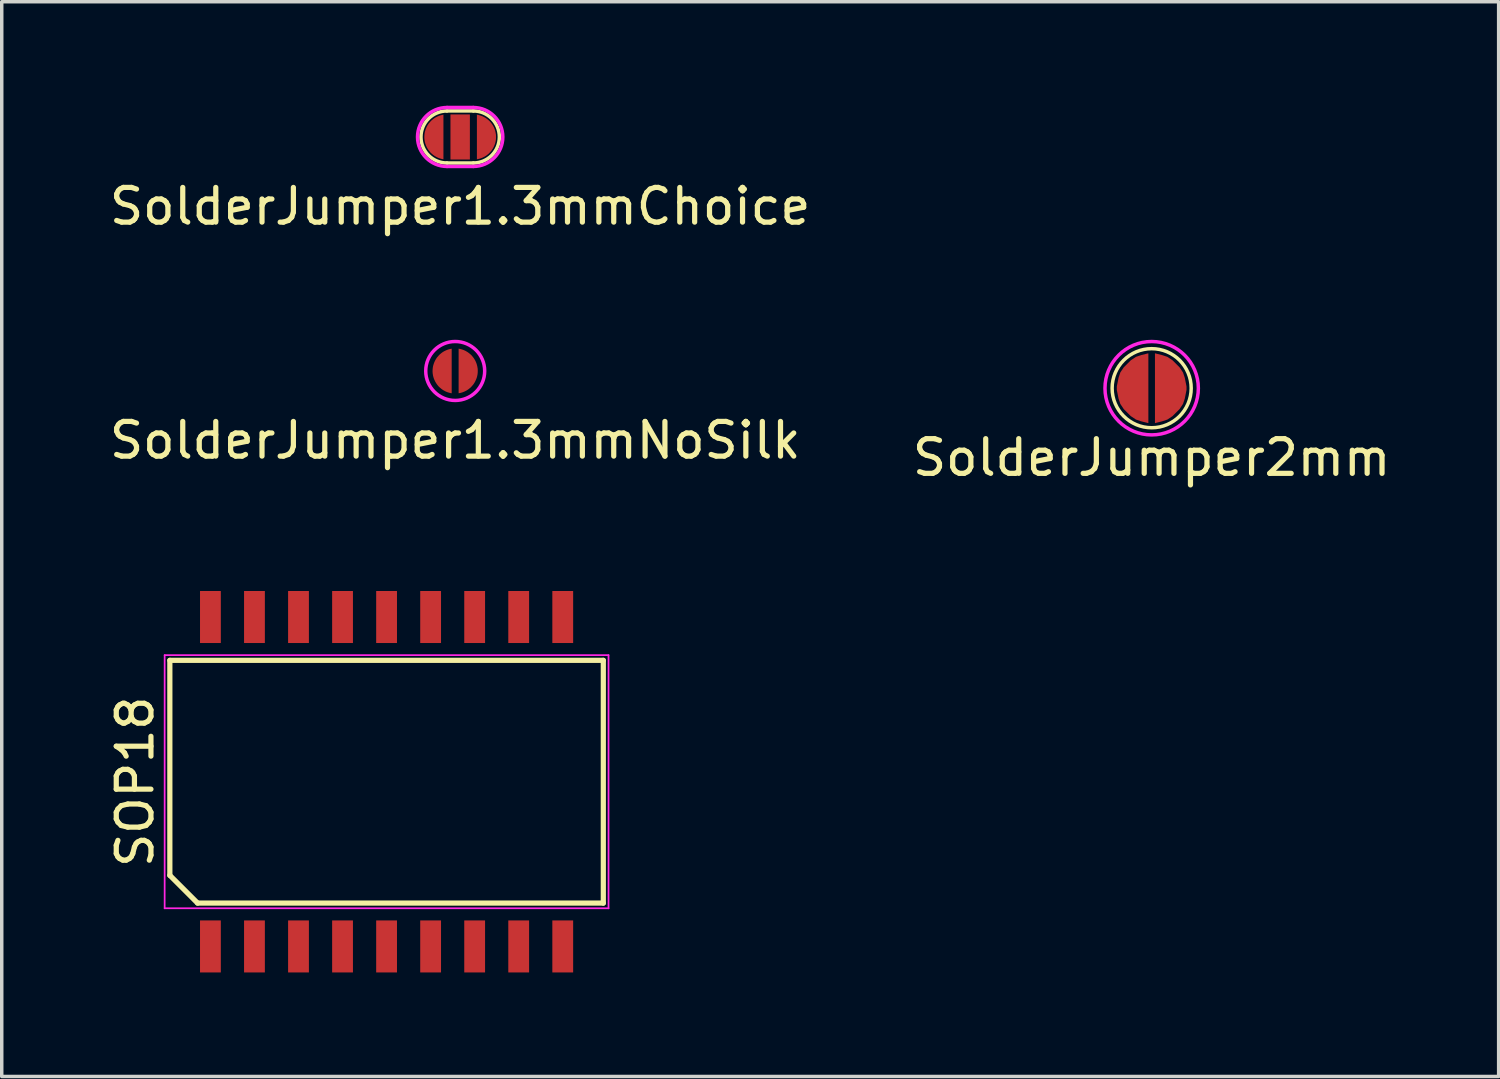
<source format=kicad_pcb>
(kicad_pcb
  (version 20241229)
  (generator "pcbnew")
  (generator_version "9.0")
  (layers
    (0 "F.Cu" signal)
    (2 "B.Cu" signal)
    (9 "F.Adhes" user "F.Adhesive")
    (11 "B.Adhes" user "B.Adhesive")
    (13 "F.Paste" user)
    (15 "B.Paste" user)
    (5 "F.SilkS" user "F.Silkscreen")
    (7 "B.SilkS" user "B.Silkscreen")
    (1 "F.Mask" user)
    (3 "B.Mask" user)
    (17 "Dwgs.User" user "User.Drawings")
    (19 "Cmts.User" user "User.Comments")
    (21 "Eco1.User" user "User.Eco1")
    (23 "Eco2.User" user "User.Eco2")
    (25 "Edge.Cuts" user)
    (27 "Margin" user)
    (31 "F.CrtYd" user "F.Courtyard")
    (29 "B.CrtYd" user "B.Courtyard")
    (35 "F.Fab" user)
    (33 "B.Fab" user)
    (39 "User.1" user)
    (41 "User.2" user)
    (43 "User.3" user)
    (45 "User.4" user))
  (footprint "SOP18"
    (layer "F.Cu")
    (at 8.098 19.493)
    (property "Reference" "SOP18" (at -7.25 0 90) (layer "F.SilkS") (effects (font (size 1 1) (thickness 0.15))))
    (attr smd)
    (fp_line (start -6.25 -3.5) (end 6.25 -3.5) (stroke (width 0.15) (type solid)) (layer "F.SilkS"))
    (fp_line (start -6.25 2.7) (end -6.25 -3.5) (stroke (width 0.15) (type solid)) (layer "F.SilkS"))
    (fp_line (start -5.45 3.5) (end -6.25 2.7) (stroke (width 0.15) (type solid)) (layer "F.SilkS"))
    (fp_line (start 6.25 -3.5) (end 6.25 3.5) (stroke (width 0.15) (type solid)) (layer "F.SilkS"))
    (fp_line (start 6.25 3.5) (end -5.45 3.5) (stroke (width 0.15) (type solid)) (layer "F.SilkS"))
    (fp_line (start -6.4 -3.65) (end 6.4 -3.65) (stroke (width 0.05) (type solid)) (layer "F.CrtYd"))
    (fp_line (start -6.4 3.65) (end -6.4 -3.65) (stroke (width 0.05) (type solid)) (layer "F.CrtYd"))
    (fp_line (start 6.4 -3.65) (end 6.4 3.65) (stroke (width 0.05) (type solid)) (layer "F.CrtYd"))
    (fp_line (start 6.4 3.65) (end -6.4 3.65) (stroke (width 0.05) (type solid)) (layer "F.CrtYd"))
    (pad "1" smd rect (at -5.08 4.75) (size 0.6 1.5) (layers "F.Cu" "F.Mask" "F.Paste"))
    (pad "2" smd rect (at -3.81 4.75) (size 0.6 1.5) (layers "F.Cu" "F.Mask" "F.Paste"))
    (pad "3" smd rect (at -2.54 4.75) (size 0.6 1.5) (layers "F.Cu" "F.Mask" "F.Paste"))
    (pad "4" smd rect (at -1.27 4.75) (size 0.6 1.5) (layers "F.Cu" "F.Mask" "F.Paste"))
    (pad "5" smd rect (at 0 4.75) (size 0.6 1.5) (layers "F.Cu" "F.Mask" "F.Paste"))
    (pad "6" smd rect (at 1.27 4.75) (size 0.6 1.5) (layers "F.Cu" "F.Mask" "F.Paste"))
    (pad "7" smd rect (at 2.54 4.75) (size 0.6 1.5) (layers "F.Cu" "F.Mask" "F.Paste"))
    (pad "8" smd rect (at 3.81 4.75) (size 0.6 1.5) (layers "F.Cu" "F.Mask" "F.Paste"))
    (pad "9" smd rect (at 5.08 4.75) (size 0.6 1.5) (layers "F.Cu" "F.Mask" "F.Paste"))
    (pad "10" smd rect (at 5.08 -4.75) (size 0.6 1.5) (layers "F.Cu" "F.Mask" "F.Paste"))
    (pad "11" smd rect (at 3.81 -4.75) (size 0.6 1.5) (layers "F.Cu" "F.Mask" "F.Paste"))
    (pad "12" smd rect (at 2.54 -4.75) (size 0.6 1.5) (layers "F.Cu" "F.Mask" "F.Paste"))
    (pad "13" smd rect (at 1.27 -4.75) (size 0.6 1.5) (layers "F.Cu" "F.Mask" "F.Paste"))
    (pad "14" smd rect (at 0 -4.75) (size 0.6 1.5) (layers "F.Cu" "F.Mask" "F.Paste"))
    (pad "15" smd rect (at -1.27 -4.75) (size 0.6 1.5) (layers "F.Cu" "F.Mask" "F.Paste"))
    (pad "16" smd rect (at -2.54 -4.75) (size 0.6 1.5) (layers "F.Cu" "F.Mask" "F.Paste"))
    (pad "17" smd rect (at -3.81 -4.75) (size 0.6 1.5) (layers "F.Cu" "F.Mask" "F.Paste"))
    (pad "18" smd rect (at -5.08 -4.75) (size 0.6 1.5) (layers "F.Cu" "F.Mask" "F.Paste")))
  (footprint "SolderJumper1.3mmNoSilk"
    (layer "F.Cu")
    (at 10.077 7.648)
    (property "Reference" "SolderJumper1.3mmNoSilk" (at 0 2 0) (layer "F.SilkS") (effects (font (size 1 1) (thickness 0.15))))
    (attr through_hole)
    (fp_poly (pts (xy -0.1 -0.65) (xy 0.1 -0.65) (xy 0.1 0.65) (xy -0.1 0.65)) (stroke (width 0.01) (type solid)) (fill yes) (layer "F.Mask"))
    (fp_circle (center 0 0) (end 0 -0.85) (stroke (width 0.1) (type solid)) (fill no) (layer "F.CrtYd"))
    (pad "1" smd custom (at -0.5 0) (size 0.2 0.2) (layers "F.Cu" "F.Mask" "F.Paste") (options (anchor circle)) (primitives (gr_poly (pts (xy 0.398 0.643) (xy 0.383 0.64) (xy 0.37 0.638) (xy 0.358 0.635) (xy 0.348 0.632) (xy 0.337 0.63) (xy 0.327 0.627) (xy 0.32 0.625) (xy 0.309 0.622) (xy 0.302 0.62) (xy 0.294 0.617) (xy 0.287 0.615) (xy 0.279 0.612) (xy 0.271 0.61) (xy 0.266 0.607) (xy 0.259 0.605) (xy 0.228 0.592) (xy 0.198 0.577) (xy 0.17 0.561) (xy 0.144 0.546) (xy 0.127 0.533) (xy 0.109 0.521) (xy 0.089 0.505) (xy 0.048 0.47) (xy 0.022 0.445) (xy 0.007 0.427) (xy -0.016 0.399) (xy -0.038 0.368) (xy -0.056 0.34) (xy -0.079 0.3) (xy -0.099 0.257) (xy -0.112 0.226) (xy -0.125 0.188) (xy -0.138 0.14) (xy -0.15 0.064) (xy -0.153 0.005) (xy -0.15 -0.056) (xy -0.145 -0.099) (xy -0.138 -0.14) (xy -0.127 -0.18) (xy -0.115 -0.218) (xy -0.102 -0.251) (xy -0.082 -0.295) (xy -0.064 -0.328) (xy -0.049 -0.353) (xy -0.021 -0.394) (xy -0.005 -0.411) (xy 0.03 -0.452) (xy 0.056 -0.478) (xy 0.089 -0.505) (xy 0.122 -0.531) (xy 0.149 -0.549) (xy 0.177 -0.566) (xy 0.213 -0.584) (xy 0.241 -0.597) (xy 0.279 -0.612) (xy 0.302 -0.62) (xy 0.348 -0.632) (xy 0.386 -0.64) (xy 0.398 -0.643)) (width 0.001) (fill yes))))
    (pad "2" smd custom (at 0.5 0) (size 0.2 0.2) (layers "F.Cu" "F.Mask" "F.Paste") (options (anchor circle)) (primitives (gr_poly (pts (xy -0.401 -0.643) (xy -0.386 -0.64) (xy -0.373 -0.638) (xy -0.36 -0.635) (xy -0.35 -0.632) (xy -0.34 -0.63) (xy -0.33 -0.627) (xy -0.322 -0.625) (xy -0.312 -0.622) (xy -0.304 -0.62) (xy -0.297 -0.617) (xy -0.289 -0.615) (xy -0.282 -0.612) (xy -0.274 -0.61) (xy -0.269 -0.607) (xy -0.261 -0.605) (xy -0.231 -0.592) (xy -0.2 -0.577) (xy -0.172 -0.561) (xy -0.147 -0.546) (xy -0.129 -0.533) (xy -0.111 -0.521) (xy -0.091 -0.505) (xy -0.05 -0.47) (xy -0.025 -0.445) (xy -0.01 -0.427) (xy 0.013 -0.399) (xy 0.036 -0.368) (xy 0.054 -0.34) (xy 0.077 -0.3) (xy 0.097 -0.257) (xy 0.11 -0.226) (xy 0.122 -0.188) (xy 0.135 -0.14) (xy 0.148 -0.064) (xy 0.15 -0.005) (xy 0.148 0.056) (xy 0.143 0.099) (xy 0.135 0.14) (xy 0.125 0.18) (xy 0.112 0.218) (xy 0.099 0.251) (xy 0.079 0.295) (xy 0.061 0.328) (xy 0.046 0.353) (xy 0.018 0.394) (xy 0.003 0.411) (xy -0.033 0.452) (xy -0.058 0.478) (xy -0.091 0.505) (xy -0.124 0.531) (xy -0.152 0.549) (xy -0.18 0.566) (xy -0.216 0.584) (xy -0.243 0.597) (xy -0.282 0.612) (xy -0.304 0.62) (xy -0.35 0.632) (xy -0.388 0.64) (xy -0.396 0.64) (xy -0.401 0.643)) (width 0.001) (fill yes)))))
  (footprint "SolderJumper1.3mmChoice"
    (layer "F.Cu")
    (at 10.22 0.9)
    (property "Reference" "SolderJumper1.3mmChoice" (at 0 2 0) (layer "F.SilkS") (effects (font (size 1 1) (thickness 0.15))))
    (attr through_hole)
    (fp_poly (pts (xy -0.481 -0.65) (xy -0.281 -0.65) (xy -0.281 0.65) (xy -0.481 0.65)) (stroke (width 0.01) (type solid)) (fill yes) (layer "F.Mask"))
    (fp_poly (pts (xy 0.28 -0.65) (xy 0.48 -0.65) (xy 0.48 0.65) (xy 0.28 0.65)) (stroke (width 0.01) (type solid)) (fill yes) (layer "F.Mask"))
    (fp_line (start -0.38 -0.75) (end 0.38 -0.75) (stroke (width 0.1) (type solid)) (layer "F.SilkS"))
    (fp_line (start -0.38 0.75) (end 0.38 0.75) (stroke (width 0.1) (type solid)) (layer "F.SilkS"))
    (fp_arc (start -0.38 0.75) (mid -1.13 0) (end -0.38 -0.75) (stroke (width 0.1) (type solid)) (layer "F.SilkS"))
    (fp_arc (start 0.38 -0.75) (mid 1.13 0) (end 0.38 0.75) (stroke (width 0.1) (type solid)) (layer "F.SilkS"))
    (fp_line (start -0.38 0.85) (end 0.38 0.85) (stroke (width 0.1) (type solid)) (layer "F.CrtYd"))
    (fp_line (start 0.38 -0.85) (end -0.38 -0.85) (stroke (width 0.1) (type solid)) (layer "F.CrtYd"))
    (fp_arc (start -0.38 0.85) (mid -1.23 0) (end -0.38 -0.85) (stroke (width 0.1) (type solid)) (layer "F.CrtYd"))
    (fp_arc (start 0.38 -0.85) (mid 1.23 0) (end 0.38 0.85) (stroke (width 0.1) (type solid)) (layer "F.CrtYd"))
    (pad "1" smd custom (at -0.881 0) (size 0.2 0.2) (layers "F.Cu" "F.Mask" "F.Paste") (options (anchor circle)) (primitives (gr_poly (pts (xy 0.398 0.643) (xy 0.383 0.64) (xy 0.37 0.638) (xy 0.358 0.635) (xy 0.348 0.632) (xy 0.337 0.63) (xy 0.327 0.627) (xy 0.32 0.625) (xy 0.309 0.622) (xy 0.302 0.62) (xy 0.294 0.617) (xy 0.287 0.615) (xy 0.279 0.612) (xy 0.271 0.61) (xy 0.266 0.607) (xy 0.259 0.605) (xy 0.228 0.592) (xy 0.198 0.577) (xy 0.17 0.561) (xy 0.144 0.546) (xy 0.127 0.533) (xy 0.109 0.521) (xy 0.089 0.505) (xy 0.048 0.47) (xy 0.022 0.445) (xy 0.007 0.427) (xy -0.016 0.399) (xy -0.038 0.368) (xy -0.056 0.34) (xy -0.079 0.3) (xy -0.099 0.257) (xy -0.112 0.226) (xy -0.125 0.188) (xy -0.138 0.14) (xy -0.15 0.064) (xy -0.153 0.005) (xy -0.15 -0.056) (xy -0.145 -0.099) (xy -0.138 -0.14) (xy -0.127 -0.18) (xy -0.115 -0.218) (xy -0.102 -0.251) (xy -0.082 -0.295) (xy -0.064 -0.328) (xy -0.049 -0.353) (xy -0.021 -0.394) (xy -0.005 -0.411) (xy 0.03 -0.452) (xy 0.056 -0.478) (xy 0.089 -0.505) (xy 0.122 -0.531) (xy 0.149 -0.549) (xy 0.177 -0.566) (xy 0.213 -0.584) (xy 0.241 -0.597) (xy 0.279 -0.612) (xy 0.302 -0.62) (xy 0.348 -0.632) (xy 0.386 -0.64) (xy 0.398 -0.643)) (width 0.001) (fill yes))))
    (pad "2" smd rect (at 0 0) (size 0.56 1.3) (layers "F.Cu" "F.Mask" "F.Paste"))
    (pad "3" smd custom (at 0.884 0) (size 0.2 0.2) (layers "F.Cu" "F.Mask" "F.Paste") (options (anchor circle)) (primitives (gr_poly (pts (xy -0.401 -0.643) (xy -0.386 -0.64) (xy -0.373 -0.638) (xy -0.36 -0.635) (xy -0.35 -0.632) (xy -0.34 -0.63) (xy -0.33 -0.627) (xy -0.322 -0.625) (xy -0.312 -0.622) (xy -0.304 -0.62) (xy -0.297 -0.617) (xy -0.289 -0.615) (xy -0.282 -0.612) (xy -0.274 -0.61) (xy -0.269 -0.607) (xy -0.261 -0.605) (xy -0.231 -0.592) (xy -0.2 -0.577) (xy -0.172 -0.561) (xy -0.147 -0.546) (xy -0.129 -0.533) (xy -0.111 -0.521) (xy -0.091 -0.505) (xy -0.05 -0.47) (xy -0.025 -0.445) (xy -0.01 -0.427) (xy 0.013 -0.399) (xy 0.036 -0.368) (xy 0.054 -0.34) (xy 0.077 -0.3) (xy 0.097 -0.257) (xy 0.11 -0.226) (xy 0.122 -0.188) (xy 0.135 -0.14) (xy 0.148 -0.064) (xy 0.15 -0.005) (xy 0.148 0.056) (xy 0.143 0.099) (xy 0.135 0.14) (xy 0.125 0.18) (xy 0.112 0.218) (xy 0.099 0.251) (xy 0.079 0.295) (xy 0.061 0.328) (xy 0.046 0.353) (xy 0.018 0.394) (xy 0.003 0.411) (xy -0.033 0.452) (xy -0.058 0.478) (xy -0.091 0.505) (xy -0.124 0.531) (xy -0.152 0.549) (xy -0.18 0.566) (xy -0.216 0.584) (xy -0.243 0.597) (xy -0.282 0.612) (xy -0.304 0.62) (xy -0.35 0.632) (xy -0.388 0.64) (xy -0.396 0.64) (xy -0.401 0.643)) (width 0.001) (fill yes)))))
  (footprint "SolderJumper2mm"
    (layer "F.Cu")
    (at 30.161 8.145)
    (property "Reference" "SolderJumper2mm" (at 0 2 0) (layer "F.SilkS") (effects (font (size 1 1) (thickness 0.15))))
    (attr through_hole)
    (fp_poly (pts (xy -0.1 -1) (xy 0.1 -1) (xy 0.1 1) (xy -0.1 1)) (stroke (width 0.01) (type solid)) (fill yes) (layer "F.Mask"))
    (fp_circle (center 0 0) (end -0.7 -0.9) (stroke (width 0.1) (type solid)) (fill no) (layer "F.SilkS"))
    (fp_circle (center 0 0) (end 1.25 -0.5) (stroke (width 0.1) (type solid)) (fill no) (layer "F.CrtYd"))
    (pad "1" smd custom (at -0.5 0) (size 0.2 0.2) (layers "F.Cu" "F.Mask" "F.Paste") (options (anchor circle)) (primitives (gr_poly (pts (xy 0.4 1) (xy 0.2 0.95) (xy 0.05 0.9) (xy -0.1 0.8) (xy -0.25 0.65) (xy -0.3 0.6) (xy -0.4 0.45) (xy -0.45 0.3) (xy -0.5 0.05) (xy -0.5 -0.05) (xy -0.45 -0.3) (xy -0.4 -0.45) (xy -0.3 -0.6) (xy -0.1 -0.8) (xy 0.05 -0.9) (xy 0.2 -0.95) (xy 0.4 -1)) (width 0.01) (fill yes))))
    (pad "2" smd custom (at 0.5 0) (size 0.2 0.2) (layers "F.Cu" "F.Mask" "F.Paste") (options (anchor circle)) (primitives (gr_poly (pts (xy -0.4 -1) (xy -0.2 -0.95) (xy -0.05 -0.9) (xy 0.1 -0.8) (xy 0.25 -0.65) (xy 0.3 -0.6) (xy 0.4 -0.45) (xy 0.45 -0.3) (xy 0.5 -0.05) (xy 0.5 0.05) (xy 0.45 0.3) (xy 0.4 0.45) (xy 0.3 0.6) (xy 0.1 0.8) (xy -0.05 0.9) (xy -0.2 0.95) (xy -0.4 1)) (width 0.01) (fill yes)))))
  (gr_rect
    (start -3 -3)
    (end 40.167 27.993)
    (stroke (width 0.1) (type default))
    (fill no)
    (layer "Edge.Cuts")))
</source>
